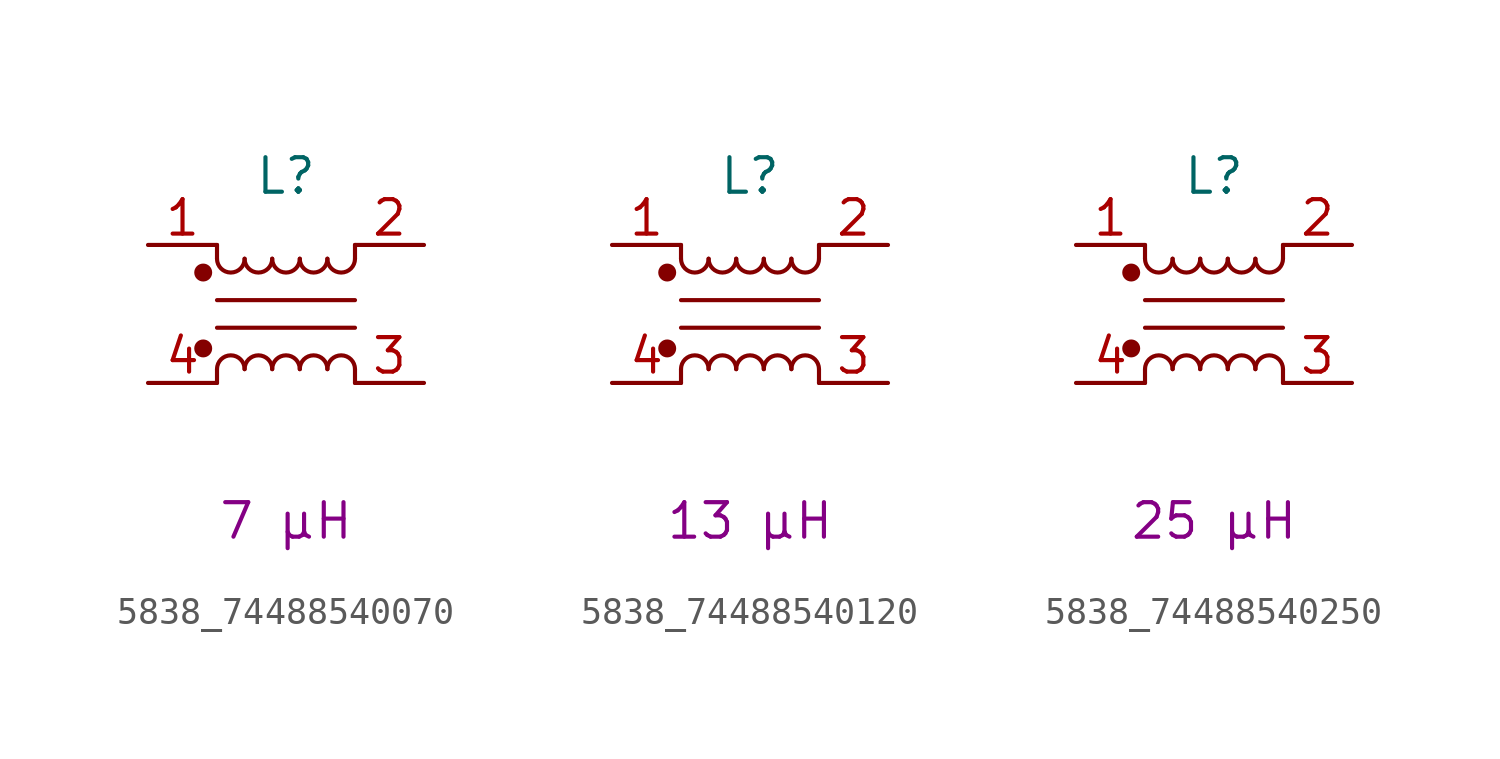
<source format=kicad_sym>
(kicad_symbol_lib
  (version 20220914)
  (generator kicad_symbol_editor)
  (symbol "5838_74488540070"
    (pin_names hide)
    (property "Reference" "L"
      (at 0 5.08 0)
      (effects (font (size 1.27 1.27))))
    (property "Critical Parameter" "7 µH"
      (at 0 -7.62 0)
      (effects (font (size 1.27 1.27))))
    (symbol "5838_74488540070_0_1"
      (circle (center -3.048 -1.27) (radius 0.254) (stroke (width 0) (type default)) (fill (type outline)))
      (circle (center -3.048 1.524) (radius 0.254) (stroke (width 0) (type default)) (fill (type outline)))
      (arc (start -2.54 2.032) (mid -2.032 1.5262) (end -1.524 2.032) (stroke (width 0) (type default)) (fill (type none)))
      (arc (start -1.524 -2.032) (mid -2.032 -1.5262) (end -2.54 -2.032) (stroke (width 0) (type default)) (fill (type none)))
      (arc (start -1.524 2.032) (mid -1.016 1.5262) (end -0.508 2.032) (stroke (width 0) (type default)) (fill (type none)))
      (arc (start -0.508 -2.032) (mid -1.016 -1.5262) (end -1.524 -2.032) (stroke (width 0) (type default)) (fill (type none)))
      (arc (start -0.508 2.032) (mid 0 1.5262) (end 0.508 2.032) (stroke (width 0) (type default)) (fill (type none)))
      (polyline (pts (xy -2.54 -2.032) (xy -2.54 -2.54)) (stroke (width 0) (type default)) (fill (type none)))
      (polyline (pts (xy -2.54 0.508) (xy 2.54 0.508)) (stroke (width 0) (type default)) (fill (type none)))
      (polyline (pts (xy -2.54 2.032) (xy -2.54 2.54)) (stroke (width 0) (type default)) (fill (type none)))
      (polyline (pts (xy 2.54 -2.032) (xy 2.54 -2.54)) (stroke (width 0) (type default)) (fill (type none)))
      (polyline (pts (xy 2.54 -0.508) (xy -2.54 -0.508)) (stroke (width 0) (type default)) (fill (type none)))
      (polyline (pts (xy 2.54 2.54) (xy 2.54 2.032)) (stroke (width 0) (type default)) (fill (type none)))
      (arc (start 0.508 -2.032) (mid 0 -1.5262) (end -0.508 -2.032) (stroke (width 0) (type default)) (fill (type none)))
      (arc (start 0.508 2.032) (mid 1.016 1.5262) (end 1.524 2.032) (stroke (width 0) (type default)) (fill (type none)))
      (arc (start 1.524 -2.032) (mid 1.016 -1.5262) (end 0.508 -2.032) (stroke (width 0) (type default)) (fill (type none)))
      (arc (start 1.524 2.032) (mid 2.032 1.5262) (end 2.54 2.032) (stroke (width 0) (type default)) (fill (type none)))
      (arc (start 2.54 -2.032) (mid 2.032 -1.5262) (end 1.524 -2.032) (stroke (width 0) (type default)) (fill (type none))))
    (symbol "5838_74488540070_1_1"
      (pin passive line (at -5.08 2.54 0) (length 2.54) (name "1" (effects (font (size 1.27 1.27)))) (number "1" (effects (font (size 1.27 1.27)))))
      (pin passive line (at 5.08 2.54 180) (length 2.54) (name "2" (effects (font (size 1.27 1.27)))) (number "2" (effects (font (size 1.27 1.27)))))
      (pin passive line (at 5.08 -2.54 180) (length 2.54) (name "3" (effects (font (size 1.27 1.27)))) (number "3" (effects (font (size 1.27 1.27)))))
      (pin passive line (at -5.08 -2.54 0) (length 2.54) (name "4" (effects (font (size 1.27 1.27)))) (number "4" (effects (font (size 1.27 1.27)))))))
  (symbol "5838_74488540120"
    (pin_names hide)
    (property "Reference" "L"
      (at 0 5.08 0)
      (effects (font (size 1.27 1.27))))
    (property "Critical Parameter" "13 µH"
      (at 0 -7.62 0)
      (effects (font (size 1.27 1.27))))
    (symbol "5838_74488540120_0_1"
      (circle (center -3.048 -1.27) (radius 0.254) (stroke (width 0) (type default)) (fill (type outline)))
      (circle (center -3.048 1.524) (radius 0.254) (stroke (width 0) (type default)) (fill (type outline)))
      (arc (start -2.54 2.032) (mid -2.032 1.5262) (end -1.524 2.032) (stroke (width 0) (type default)) (fill (type none)))
      (arc (start -1.524 -2.032) (mid -2.032 -1.5262) (end -2.54 -2.032) (stroke (width 0) (type default)) (fill (type none)))
      (arc (start -1.524 2.032) (mid -1.016 1.5262) (end -0.508 2.032) (stroke (width 0) (type default)) (fill (type none)))
      (arc (start -0.508 -2.032) (mid -1.016 -1.5262) (end -1.524 -2.032) (stroke (width 0) (type default)) (fill (type none)))
      (arc (start -0.508 2.032) (mid 0 1.5262) (end 0.508 2.032) (stroke (width 0) (type default)) (fill (type none)))
      (polyline (pts (xy -2.54 -2.032) (xy -2.54 -2.54)) (stroke (width 0) (type default)) (fill (type none)))
      (polyline (pts (xy -2.54 0.508) (xy 2.54 0.508)) (stroke (width 0) (type default)) (fill (type none)))
      (polyline (pts (xy -2.54 2.032) (xy -2.54 2.54)) (stroke (width 0) (type default)) (fill (type none)))
      (polyline (pts (xy 2.54 -2.032) (xy 2.54 -2.54)) (stroke (width 0) (type default)) (fill (type none)))
      (polyline (pts (xy 2.54 -0.508) (xy -2.54 -0.508)) (stroke (width 0) (type default)) (fill (type none)))
      (polyline (pts (xy 2.54 2.54) (xy 2.54 2.032)) (stroke (width 0) (type default)) (fill (type none)))
      (arc (start 0.508 -2.032) (mid 0 -1.5262) (end -0.508 -2.032) (stroke (width 0) (type default)) (fill (type none)))
      (arc (start 0.508 2.032) (mid 1.016 1.5262) (end 1.524 2.032) (stroke (width 0) (type default)) (fill (type none)))
      (arc (start 1.524 -2.032) (mid 1.016 -1.5262) (end 0.508 -2.032) (stroke (width 0) (type default)) (fill (type none)))
      (arc (start 1.524 2.032) (mid 2.032 1.5262) (end 2.54 2.032) (stroke (width 0) (type default)) (fill (type none)))
      (arc (start 2.54 -2.032) (mid 2.032 -1.5262) (end 1.524 -2.032) (stroke (width 0) (type default)) (fill (type none))))
    (symbol "5838_74488540120_1_1"
      (pin passive line (at -5.08 2.54 0) (length 2.54) (name "1" (effects (font (size 1.27 1.27)))) (number "1" (effects (font (size 1.27 1.27)))))
      (pin passive line (at 5.08 2.54 180) (length 2.54) (name "2" (effects (font (size 1.27 1.27)))) (number "2" (effects (font (size 1.27 1.27)))))
      (pin passive line (at 5.08 -2.54 180) (length 2.54) (name "3" (effects (font (size 1.27 1.27)))) (number "3" (effects (font (size 1.27 1.27)))))
      (pin passive line (at -5.08 -2.54 0) (length 2.54) (name "4" (effects (font (size 1.27 1.27)))) (number "4" (effects (font (size 1.27 1.27)))))))
  (symbol "5838_74488540250"
    (pin_names hide)
    (property "Reference" "L"
      (at 0 5.08 0)
      (effects (font (size 1.27 1.27))))
    (property "Critical Parameter" "25 µH"
      (at 0 -7.62 0)
      (effects (font (size 1.27 1.27))))
    (symbol "5838_74488540250_0_1"
      (circle (center -3.048 -1.27) (radius 0.254) (stroke (width 0) (type default)) (fill (type outline)))
      (circle (center -3.048 1.524) (radius 0.254) (stroke (width 0) (type default)) (fill (type outline)))
      (arc (start -2.54 2.032) (mid -2.032 1.5262) (end -1.524 2.032) (stroke (width 0) (type default)) (fill (type none)))
      (arc (start -1.524 -2.032) (mid -2.032 -1.5262) (end -2.54 -2.032) (stroke (width 0) (type default)) (fill (type none)))
      (arc (start -1.524 2.032) (mid -1.016 1.5262) (end -0.508 2.032) (stroke (width 0) (type default)) (fill (type none)))
      (arc (start -0.508 -2.032) (mid -1.016 -1.5262) (end -1.524 -2.032) (stroke (width 0) (type default)) (fill (type none)))
      (arc (start -0.508 2.032) (mid 0 1.5262) (end 0.508 2.032) (stroke (width 0) (type default)) (fill (type none)))
      (polyline (pts (xy -2.54 -2.032) (xy -2.54 -2.54)) (stroke (width 0) (type default)) (fill (type none)))
      (polyline (pts (xy -2.54 0.508) (xy 2.54 0.508)) (stroke (width 0) (type default)) (fill (type none)))
      (polyline (pts (xy -2.54 2.032) (xy -2.54 2.54)) (stroke (width 0) (type default)) (fill (type none)))
      (polyline (pts (xy 2.54 -2.032) (xy 2.54 -2.54)) (stroke (width 0) (type default)) (fill (type none)))
      (polyline (pts (xy 2.54 -0.508) (xy -2.54 -0.508)) (stroke (width 0) (type default)) (fill (type none)))
      (polyline (pts (xy 2.54 2.54) (xy 2.54 2.032)) (stroke (width 0) (type default)) (fill (type none)))
      (arc (start 0.508 -2.032) (mid 0 -1.5262) (end -0.508 -2.032) (stroke (width 0) (type default)) (fill (type none)))
      (arc (start 0.508 2.032) (mid 1.016 1.5262) (end 1.524 2.032) (stroke (width 0) (type default)) (fill (type none)))
      (arc (start 1.524 -2.032) (mid 1.016 -1.5262) (end 0.508 -2.032) (stroke (width 0) (type default)) (fill (type none)))
      (arc (start 1.524 2.032) (mid 2.032 1.5262) (end 2.54 2.032) (stroke (width 0) (type default)) (fill (type none)))
      (arc (start 2.54 -2.032) (mid 2.032 -1.5262) (end 1.524 -2.032) (stroke (width 0) (type default)) (fill (type none))))
    (symbol "5838_74488540250_1_1"
      (pin passive line (at -5.08 2.54 0) (length 2.54) (name "1" (effects (font (size 1.27 1.27)))) (number "1" (effects (font (size 1.27 1.27)))))
      (pin passive line (at 5.08 2.54 180) (length 2.54) (name "2" (effects (font (size 1.27 1.27)))) (number "2" (effects (font (size 1.27 1.27)))))
      (pin passive line (at 5.08 -2.54 180) (length 2.54) (name "3" (effects (font (size 1.27 1.27)))) (number "3" (effects (font (size 1.27 1.27)))))
      (pin passive line (at -5.08 -2.54 0) (length 2.54) (name "4" (effects (font (size 1.27 1.27)))) (number "4" (effects (font (size 1.27 1.27))))))))
</source>
